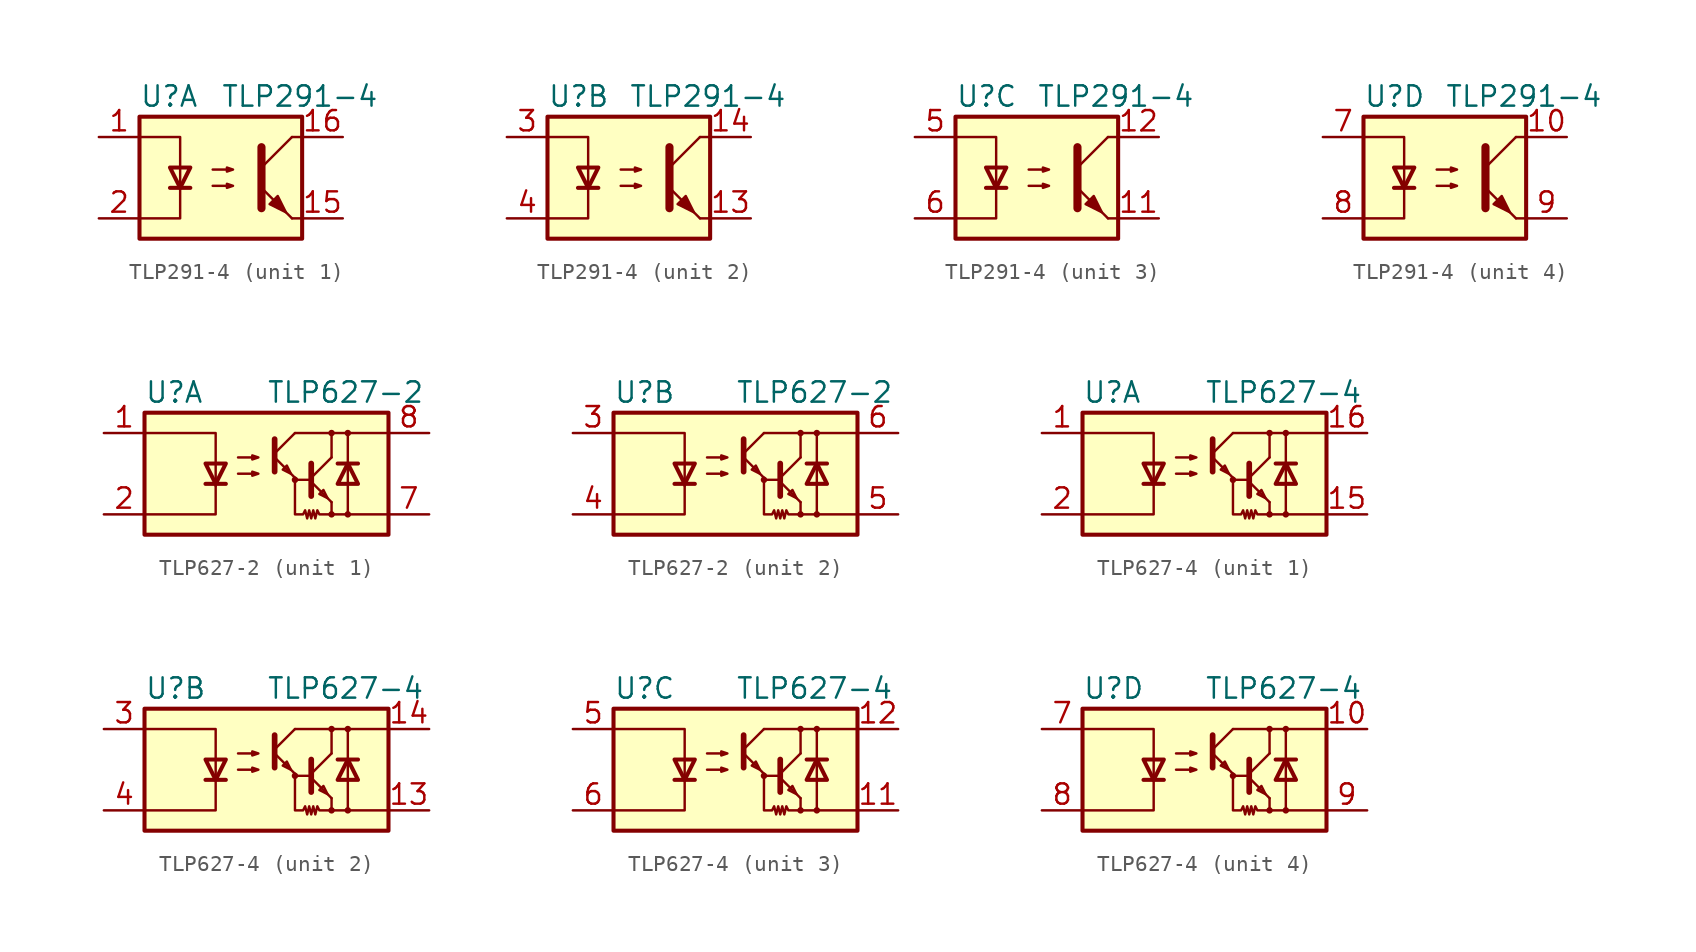
<source format=kicad_sym>
(kicad_symbol_lib
  (version 20241209)
  (generator "kicad_symbol_editor")
  (generator_version "9.0")
  (symbol "TLP291-4"
    (property "Reference" "U"
      (at -5.08 5.08 0)
      (effects (font (size 1.27 1.27)) (justify left)))
    (property "Value" "TLP291-4"
      (at 0 5.08 0)
      (effects (font (size 1.27 1.27)) (justify left)))
    (symbol "TLP291-4_0_1"
      (rectangle (start -5.08 3.81) (end 5.08 -3.81) (stroke (width 0.254) (type default)) (fill (type background)))
      (polyline (pts (xy -5.08 2.54) (xy -2.54 2.54) (xy -2.54 0.635)) (stroke (width 0) (type default)) (fill (type none)))
      (polyline (pts (xy -3.175 -0.635) (xy -1.905 -0.635)) (stroke (width 0.254) (type default)) (fill (type none)))
      (polyline (pts (xy -2.54 0.635) (xy -2.54 -2.54) (xy -5.08 -2.54)) (stroke (width 0) (type default)) (fill (type none)))
      (polyline (pts (xy -2.54 -0.635) (xy -3.175 0.635) (xy -1.905 0.635) (xy -2.54 -0.635)) (stroke (width 0.254) (type default)) (fill (type none)))
      (polyline (pts (xy -0.508 0.508) (xy 0.762 0.508) (xy 0.381 0.381) (xy 0.381 0.635) (xy 0.762 0.508)) (stroke (width 0) (type default)) (fill (type none)))
      (polyline (pts (xy -0.508 -0.508) (xy 0.762 -0.508) (xy 0.381 -0.635) (xy 0.381 -0.381) (xy 0.762 -0.508)) (stroke (width 0) (type default)) (fill (type none)))
      (polyline (pts (xy 2.54 1.905) (xy 2.54 -1.905) (xy 2.54 -1.905)) (stroke (width 0.508) (type default)) (fill (type none)))
      (polyline (pts (xy 2.54 0.635) (xy 4.445 2.54)) (stroke (width 0) (type default)) (fill (type none)))
      (polyline (pts (xy 3.048 -1.651) (xy 3.556 -1.143) (xy 4.064 -2.159) (xy 3.048 -1.651) (xy 3.048 -1.651)) (stroke (width 0) (type default)) (fill (type outline)))
      (polyline (pts (xy 4.445 2.54) (xy 5.08 2.54)) (stroke (width 0) (type default)) (fill (type none)))
      (polyline (pts (xy 4.445 -2.54) (xy 2.54 -0.635)) (stroke (width 0) (type default)) (fill (type outline)))
      (polyline (pts (xy 4.445 -2.54) (xy 5.08 -2.54)) (stroke (width 0) (type default)) (fill (type none))))
    (symbol "TLP291-4_1_1"
      (pin passive line (at -7.62 2.54 0) (length 2.54) (name "~" (effects (font (size 1.27 1.27)))) (number "1" (effects (font (size 1.27 1.27)))))
      (pin passive line (at -7.62 -2.54 0) (length 2.54) (name "~" (effects (font (size 1.27 1.27)))) (number "2" (effects (font (size 1.27 1.27)))))
      (pin passive line (at 7.62 2.54 180) (length 2.54) (name "~" (effects (font (size 1.27 1.27)))) (number "16" (effects (font (size 1.27 1.27)))))
      (pin passive line (at 7.62 -2.54 180) (length 2.54) (name "~" (effects (font (size 1.27 1.27)))) (number "15" (effects (font (size 1.27 1.27))))))
    (symbol "TLP291-4_2_1"
      (pin passive line (at -7.62 2.54 0) (length 2.54) (name "~" (effects (font (size 1.27 1.27)))) (number "3" (effects (font (size 1.27 1.27)))))
      (pin passive line (at -7.62 -2.54 0) (length 2.54) (name "~" (effects (font (size 1.27 1.27)))) (number "4" (effects (font (size 1.27 1.27)))))
      (pin passive line (at 7.62 2.54 180) (length 2.54) (name "~" (effects (font (size 1.27 1.27)))) (number "14" (effects (font (size 1.27 1.27)))))
      (pin passive line (at 7.62 -2.54 180) (length 2.54) (name "~" (effects (font (size 1.27 1.27)))) (number "13" (effects (font (size 1.27 1.27))))))
    (symbol "TLP291-4_3_1"
      (pin passive line (at -7.62 2.54 0) (length 2.54) (name "~" (effects (font (size 1.27 1.27)))) (number "5" (effects (font (size 1.27 1.27)))))
      (pin passive line (at -7.62 -2.54 0) (length 2.54) (name "~" (effects (font (size 1.27 1.27)))) (number "6" (effects (font (size 1.27 1.27)))))
      (pin passive line (at 7.62 2.54 180) (length 2.54) (name "~" (effects (font (size 1.27 1.27)))) (number "12" (effects (font (size 1.27 1.27)))))
      (pin passive line (at 7.62 -2.54 180) (length 2.54) (name "~" (effects (font (size 1.27 1.27)))) (number "11" (effects (font (size 1.27 1.27))))))
    (symbol "TLP291-4_4_1"
      (pin passive line (at -7.62 2.54 0) (length 2.54) (name "~" (effects (font (size 1.27 1.27)))) (number "7" (effects (font (size 1.27 1.27)))))
      (pin passive line (at -7.62 -2.54 0) (length 2.54) (name "~" (effects (font (size 1.27 1.27)))) (number "8" (effects (font (size 1.27 1.27)))))
      (pin passive line (at 7.62 2.54 180) (length 2.54) (name "~" (effects (font (size 1.27 1.27)))) (number "10" (effects (font (size 1.27 1.27)))))
      (pin passive line (at 7.62 -2.54 180) (length 2.54) (name "~" (effects (font (size 1.27 1.27)))) (number "9" (effects (font (size 1.27 1.27)))))))
  (symbol "TLP627-2"
    (pin_names
      (offset 1.016))
    (property "Reference" "U"
      (at -7.62 5.08 0)
      (effects (font (size 1.27 1.27)) (justify left)))
    (property "Value" "TLP627-2"
      (at 0 5.08 0)
      (effects (font (size 1.27 1.27)) (justify left)))
    (symbol "TLP627-2_0_1"
      (rectangle (start -7.62 3.81) (end 7.62 -3.81) (stroke (width 0.254) (type default)) (fill (type background)))
      (polyline (pts (xy -7.62 2.54) (xy -3.175 2.54) (xy -3.175 -0.762)) (stroke (width 0) (type default)) (fill (type none)))
      (polyline (pts (xy -3.81 -0.635) (xy -2.54 -0.635)) (stroke (width 0.254) (type default)) (fill (type none)))
      (polyline (pts (xy -3.175 -0.635) (xy -3.175 -2.54) (xy -7.62 -2.54)) (stroke (width 0) (type default)) (fill (type none)))
      (polyline (pts (xy -3.175 -0.635) (xy -3.81 0.635) (xy -2.54 0.635) (xy -3.175 -0.635)) (stroke (width 0.254) (type default)) (fill (type none)))
      (polyline (pts (xy -1.778 1.016) (xy -0.508 1.016) (xy -0.889 0.889) (xy -0.889 1.143) (xy -0.508 1.016)) (stroke (width 0) (type default)) (fill (type none)))
      (polyline (pts (xy -1.778 0) (xy -0.508 0) (xy -0.889 -0.127) (xy -0.889 0.127) (xy -0.508 0)) (stroke (width 0) (type default)) (fill (type none)))
      (polyline (pts (xy 0.508 2.159) (xy 0.508 0.127)) (stroke (width 0.356) (type default)) (fill (type none)))
      (polyline (pts (xy 0.508 1.27) (xy 1.778 2.54)) (stroke (width 0) (type default)) (fill (type none)))
      (polyline (pts (xy 0.508 1.016) (xy 1.778 -0.254)) (stroke (width 0) (type default)) (fill (type none)))
      (polyline (pts (xy 1.524 0) (xy 1.27 0.508) (xy 1.016 0.254) (xy 1.524 0)) (stroke (width 0) (type default)) (fill (type none)))
      (polyline (pts (xy 1.778 2.54) (xy 7.62 2.54)) (stroke (width 0) (type default)) (fill (type none)))
      (polyline (pts (xy 1.778 -0.254) (xy 1.778 -2.54) (xy 2.286 -2.54) (xy 2.413 -2.286) (xy 2.54 -2.794) (xy 2.667 -2.286) (xy 2.794 -2.794) (xy 2.921 -2.286) (xy 3.048 -2.794) (xy 3.175 -2.286) (xy 3.302 -2.54) (xy 4.064 -2.54)) (stroke (width 0) (type default)) (fill (type none)))
      (circle (center 1.778 -0.381) (radius 0.127) (stroke (width 0) (type default)) (fill (type none)))
      (polyline (pts (xy 2.794 0.635) (xy 2.794 -1.397) (xy 2.794 -1.397)) (stroke (width 0.356) (type default)) (fill (type none)))
      (polyline (pts (xy 2.794 -0.254) (xy 4.064 1.016)) (stroke (width 0) (type default)) (fill (type none)))
      (polyline (pts (xy 2.794 -0.381) (xy 1.778 -0.381)) (stroke (width 0) (type default)) (fill (type none)))
      (polyline (pts (xy 2.794 -0.508) (xy 4.064 -1.778)) (stroke (width 0) (type default)) (fill (type none)))
      (polyline (pts (xy 3.81 -1.524) (xy 3.556 -1.016) (xy 3.302 -1.27) (xy 3.81 -1.524)) (stroke (width 0) (type default)) (fill (type none)))
      (circle (center 4.064 2.54) (radius 0.127) (stroke (width 0) (type default)) (fill (type none)))
      (polyline (pts (xy 4.064 1.016) (xy 4.064 2.54)) (stroke (width 0) (type default)) (fill (type none)))
      (polyline (pts (xy 4.064 -1.778) (xy 4.064 -2.54)) (stroke (width 0) (type default)) (fill (type none)))
      (polyline (pts (xy 4.064 -2.54) (xy 7.62 -2.54)) (stroke (width 0) (type default)) (fill (type none)))
      (circle (center 4.064 -2.54) (radius 0.127) (stroke (width 0) (type default)) (fill (type none)))
      (polyline (pts (xy 4.445 0.635) (xy 5.715 0.635)) (stroke (width 0.254) (type default)) (fill (type none)))
      (circle (center 5.08 2.54) (radius 0.127) (stroke (width 0) (type default)) (fill (type none)))
      (polyline (pts (xy 5.08 0.635) (xy 5.08 2.54)) (stroke (width 0) (type default)) (fill (type none)))
      (polyline (pts (xy 5.08 0.635) (xy 5.08 -2.54)) (stroke (width 0) (type default)) (fill (type none)))
      (polyline (pts (xy 5.08 0.635) (xy 4.445 -0.635) (xy 5.715 -0.635) (xy 5.08 0.635)) (stroke (width 0.254) (type default)) (fill (type none)))
      (circle (center 5.08 -2.54) (radius 0.127) (stroke (width 0) (type default)) (fill (type none))))
    (symbol "TLP627-2_1_1"
      (pin passive line (at -10.16 2.54 0) (length 2.54) (name "~" (effects (font (size 1.27 1.27)))) (number "1" (effects (font (size 1.27 1.27)))))
      (pin passive line (at -10.16 -2.54 0) (length 2.54) (name "~" (effects (font (size 1.27 1.27)))) (number "2" (effects (font (size 1.27 1.27)))))
      (pin passive line (at 10.16 2.54 180) (length 2.54) (name "~" (effects (font (size 1.27 1.27)))) (number "8" (effects (font (size 1.27 1.27)))))
      (pin passive line (at 10.16 -2.54 180) (length 2.54) (name "~" (effects (font (size 1.27 1.27)))) (number "7" (effects (font (size 1.27 1.27))))))
    (symbol "TLP627-2_2_1"
      (pin passive line (at -10.16 2.54 0) (length 2.54) (name "~" (effects (font (size 1.27 1.27)))) (number "3" (effects (font (size 1.27 1.27)))))
      (pin passive line (at -10.16 -2.54 0) (length 2.54) (name "~" (effects (font (size 1.27 1.27)))) (number "4" (effects (font (size 1.27 1.27)))))
      (pin passive line (at 10.16 2.54 180) (length 2.54) (name "~" (effects (font (size 1.27 1.27)))) (number "6" (effects (font (size 1.27 1.27)))))
      (pin passive line (at 10.16 -2.54 180) (length 2.54) (name "~" (effects (font (size 1.27 1.27)))) (number "5" (effects (font (size 1.27 1.27)))))))
  (symbol "TLP627-4"
    (pin_names
      (offset 1.016))
    (property "Reference" "U"
      (at -7.62 5.08 0)
      (effects (font (size 1.27 1.27)) (justify left)))
    (property "Value" "TLP627-4"
      (at 0 5.08 0)
      (effects (font (size 1.27 1.27)) (justify left)))
    (symbol "TLP627-4_0_1"
      (rectangle (start -7.62 3.81) (end 7.62 -3.81) (stroke (width 0.254) (type default)) (fill (type background)))
      (polyline (pts (xy -7.62 2.54) (xy -3.175 2.54) (xy -3.175 -0.635)) (stroke (width 0) (type default)) (fill (type none)))
      (polyline (pts (xy -3.81 -0.635) (xy -2.54 -0.635)) (stroke (width 0.254) (type default)) (fill (type none)))
      (polyline (pts (xy -3.175 -0.635) (xy -3.175 -2.54) (xy -7.62 -2.54)) (stroke (width 0) (type default)) (fill (type none)))
      (polyline (pts (xy -3.175 -0.635) (xy -3.81 0.635) (xy -2.54 0.635) (xy -3.175 -0.635)) (stroke (width 0.254) (type default)) (fill (type none)))
      (polyline (pts (xy -1.778 1.016) (xy -0.508 1.016) (xy -0.889 0.889) (xy -0.889 1.143) (xy -0.508 1.016)) (stroke (width 0) (type default)) (fill (type none)))
      (polyline (pts (xy -1.778 0) (xy -0.508 0) (xy -0.889 -0.127) (xy -0.889 0.127) (xy -0.508 0)) (stroke (width 0) (type default)) (fill (type none)))
      (polyline (pts (xy 0.508 2.159) (xy 0.508 0.127)) (stroke (width 0.356) (type default)) (fill (type none)))
      (polyline (pts (xy 0.508 1.27) (xy 1.778 2.54)) (stroke (width 0) (type default)) (fill (type none)))
      (polyline (pts (xy 0.508 1.016) (xy 1.778 -0.254)) (stroke (width 0) (type default)) (fill (type none)))
      (polyline (pts (xy 1.524 0) (xy 1.27 0.508) (xy 1.016 0.254) (xy 1.524 0)) (stroke (width 0) (type default)) (fill (type none)))
      (polyline (pts (xy 1.778 2.54) (xy 7.62 2.54)) (stroke (width 0) (type default)) (fill (type none)))
      (polyline (pts (xy 1.778 -0.254) (xy 1.778 -2.54) (xy 2.286 -2.54) (xy 2.413 -2.286) (xy 2.54 -2.794) (xy 2.667 -2.286) (xy 2.794 -2.794) (xy 2.921 -2.286) (xy 3.048 -2.794) (xy 3.175 -2.286) (xy 3.302 -2.54) (xy 4.064 -2.54)) (stroke (width 0) (type default)) (fill (type none)))
      (circle (center 1.778 -0.381) (radius 0.127) (stroke (width 0) (type default)) (fill (type none)))
      (polyline (pts (xy 2.794 0.635) (xy 2.794 -1.397) (xy 2.794 -1.397)) (stroke (width 0.356) (type default)) (fill (type none)))
      (polyline (pts (xy 2.794 -0.254) (xy 4.064 1.016)) (stroke (width 0) (type default)) (fill (type none)))
      (polyline (pts (xy 2.794 -0.381) (xy 1.778 -0.381)) (stroke (width 0) (type default)) (fill (type none)))
      (polyline (pts (xy 2.794 -0.508) (xy 4.064 -1.778)) (stroke (width 0) (type default)) (fill (type none)))
      (polyline (pts (xy 3.81 -1.524) (xy 3.556 -1.016) (xy 3.302 -1.27) (xy 3.81 -1.524)) (stroke (width 0) (type default)) (fill (type none)))
      (circle (center 4.064 2.54) (radius 0.127) (stroke (width 0) (type default)) (fill (type none)))
      (polyline (pts (xy 4.064 1.016) (xy 4.064 2.54)) (stroke (width 0) (type default)) (fill (type none)))
      (polyline (pts (xy 4.064 -1.778) (xy 4.064 -2.54)) (stroke (width 0) (type default)) (fill (type none)))
      (polyline (pts (xy 4.064 -2.54) (xy 7.62 -2.54)) (stroke (width 0) (type default)) (fill (type none)))
      (circle (center 4.064 -2.54) (radius 0.127) (stroke (width 0) (type default)) (fill (type none)))
      (polyline (pts (xy 4.445 0.635) (xy 5.715 0.635)) (stroke (width 0.254) (type default)) (fill (type none)))
      (circle (center 5.08 2.54) (radius 0.127) (stroke (width 0) (type default)) (fill (type none)))
      (polyline (pts (xy 5.08 0.635) (xy 5.08 2.54)) (stroke (width 0) (type default)) (fill (type none)))
      (polyline (pts (xy 5.08 0.635) (xy 5.08 -2.54)) (stroke (width 0) (type default)) (fill (type none)))
      (polyline (pts (xy 5.08 0.635) (xy 4.445 -0.635) (xy 5.715 -0.635) (xy 5.08 0.635)) (stroke (width 0.254) (type default)) (fill (type none)))
      (circle (center 5.08 -2.54) (radius 0.127) (stroke (width 0) (type default)) (fill (type none))))
    (symbol "TLP627-4_1_1"
      (pin passive line (at -10.16 2.54 0) (length 2.54) (name "~" (effects (font (size 1.27 1.27)))) (number "1" (effects (font (size 1.27 1.27)))))
      (pin passive line (at -10.16 -2.54 0) (length 2.54) (name "~" (effects (font (size 1.27 1.27)))) (number "2" (effects (font (size 1.27 1.27)))))
      (pin passive line (at 10.16 2.54 180) (length 2.54) (name "~" (effects (font (size 1.27 1.27)))) (number "16" (effects (font (size 1.27 1.27)))))
      (pin passive line (at 10.16 -2.54 180) (length 2.54) (name "~" (effects (font (size 1.27 1.27)))) (number "15" (effects (font (size 1.27 1.27))))))
    (symbol "TLP627-4_2_1"
      (pin passive line (at -10.16 2.54 0) (length 2.54) (name "~" (effects (font (size 1.27 1.27)))) (number "3" (effects (font (size 1.27 1.27)))))
      (pin passive line (at -10.16 -2.54 0) (length 2.54) (name "~" (effects (font (size 1.27 1.27)))) (number "4" (effects (font (size 1.27 1.27)))))
      (pin passive line (at 10.16 2.54 180) (length 2.54) (name "~" (effects (font (size 1.27 1.27)))) (number "14" (effects (font (size 1.27 1.27)))))
      (pin passive line (at 10.16 -2.54 180) (length 2.54) (name "~" (effects (font (size 1.27 1.27)))) (number "13" (effects (font (size 1.27 1.27))))))
    (symbol "TLP627-4_3_1"
      (pin passive line (at -10.16 2.54 0) (length 2.54) (name "~" (effects (font (size 1.27 1.27)))) (number "5" (effects (font (size 1.27 1.27)))))
      (pin passive line (at -10.16 -2.54 0) (length 2.54) (name "~" (effects (font (size 1.27 1.27)))) (number "6" (effects (font (size 1.27 1.27)))))
      (pin passive line (at 10.16 2.54 180) (length 2.54) (name "~" (effects (font (size 1.27 1.27)))) (number "12" (effects (font (size 1.27 1.27)))))
      (pin passive line (at 10.16 -2.54 180) (length 2.54) (name "~" (effects (font (size 1.27 1.27)))) (number "11" (effects (font (size 1.27 1.27))))))
    (symbol "TLP627-4_4_1"
      (pin passive line (at -10.16 2.54 0) (length 2.54) (name "~" (effects (font (size 1.27 1.27)))) (number "7" (effects (font (size 1.27 1.27)))))
      (pin passive line (at -10.16 -2.54 0) (length 2.54) (name "~" (effects (font (size 1.27 1.27)))) (number "8" (effects (font (size 1.27 1.27)))))
      (pin passive line (at 10.16 2.54 180) (length 2.54) (name "~" (effects (font (size 1.27 1.27)))) (number "10" (effects (font (size 1.27 1.27)))))
      (pin passive line (at 10.16 -2.54 180) (length 2.54) (name "~" (effects (font (size 1.27 1.27)))) (number "9" (effects (font (size 1.27 1.27))))))))
</source>
